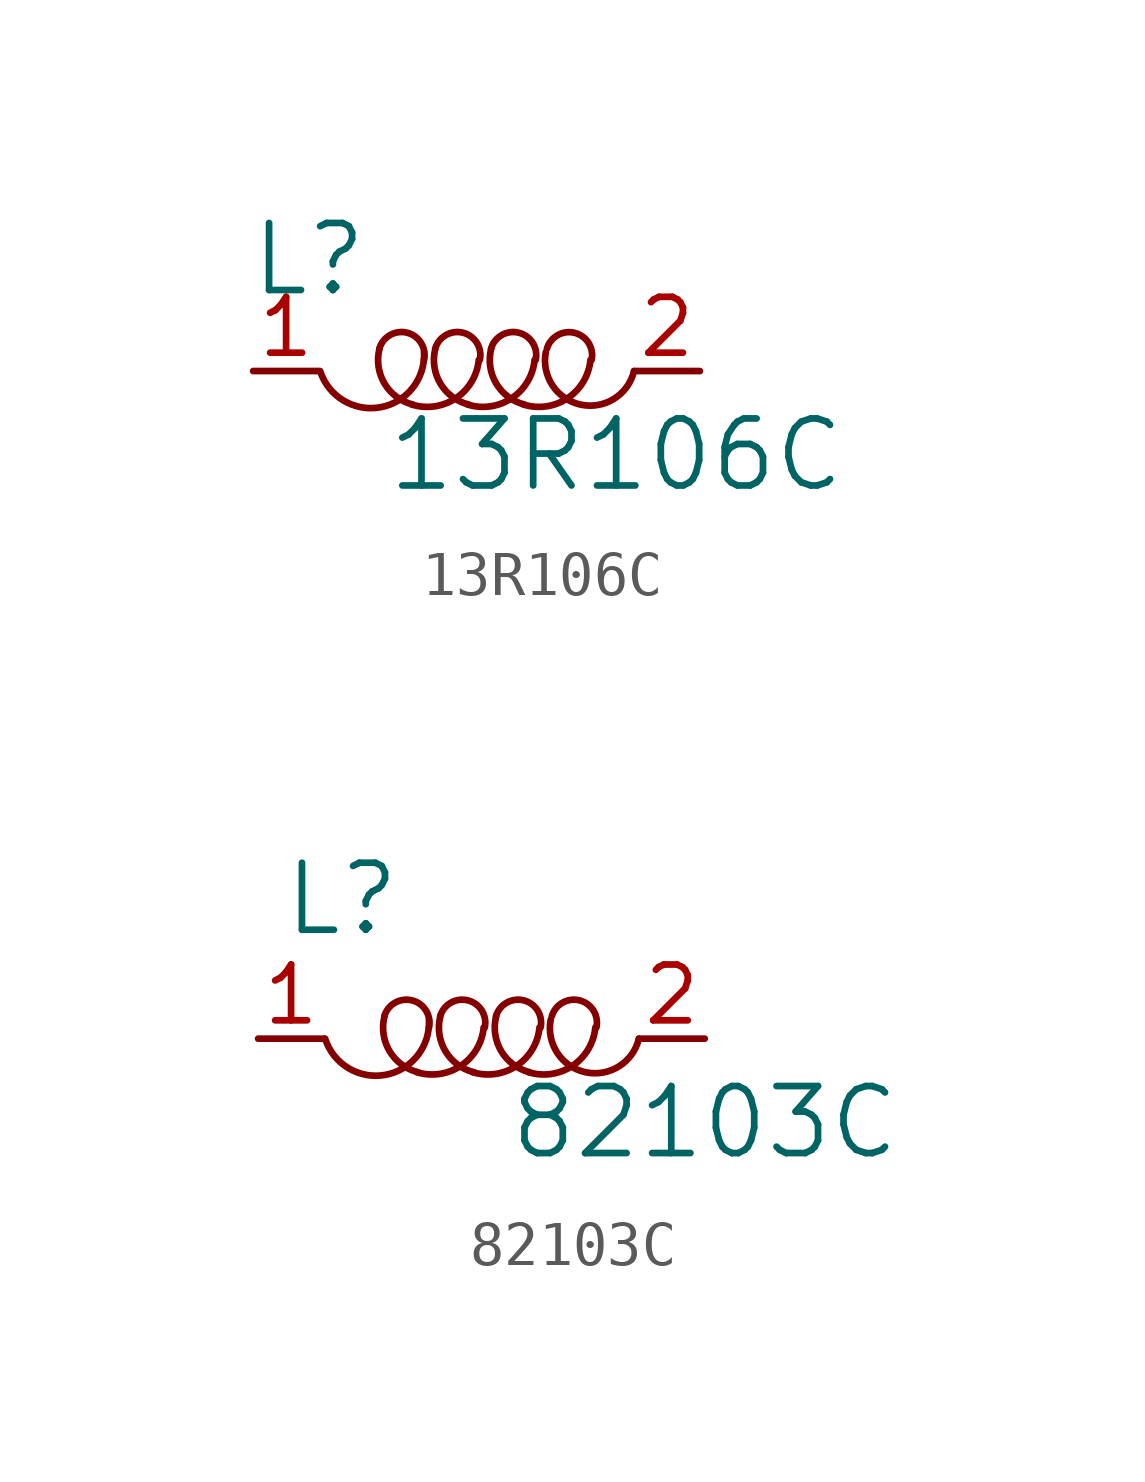
<source format=kicad_sym>
(kicad_symbol_lib
  (version 20201005)
  (generator kicad_symbol_editor)
  (symbol "13R106C"
    (pin_names
      (offset 1.016))
    (property "Reference" "L"
      (at -3.81 2.54 0)
      (effects (font (size 1.524 1.524))))
    (property "Value" "13R106C"
      (at 3.175 -1.905 0)
      (effects (font (size 1.524 1.524))))
    (symbol "13R106C_0_1"
      (arc (start -3.556 0) (end -1.1938 0.4318) (radius (at -2.3876 0.3556) (length 1.2192) (angles -163.1 3.7)) (stroke (width 0)) (fill (type none)))
      (arc (start -1.1938 0.254) (end -2.2098 0.508) (radius (at -1.7018 0.3556) (length 0.508) (angles -11.3 163.3)) (stroke (width 0)) (fill (type none)))
      (arc (start -2.2098 0.508) (end -1.4478 -0.762) (radius (at -1.1938 0.254) (length 1.0414) (angles 166 -104)) (stroke (width 0)) (fill (type none)))
      (arc (start -1.4732 -0.762) (end 0.0508 0.254) (radius (at -1.0668 0.3302) (length 1.1684) (angles -110.4 -3.9)) (stroke (width 0)) (fill (type none)))
      (arc (start 0.0762 0.254) (end -0.9398 0.508) (radius (at -0.4318 0.3556) (length 0.508) (angles -11.3 163.3)) (stroke (width 0)) (fill (type none)))
      (arc (start -0.9398 0.508) (end -0.1778 -0.762) (radius (at 0.0762 0.254) (length 1.0414) (angles 166 -104)) (stroke (width 0)) (fill (type none)))
      (arc (start -0.2032 -0.762) (end 1.3208 0.254) (radius (at 0.2032 0.3302) (length 1.1684) (angles -110.4 -3.9)) (stroke (width 0)) (fill (type none)))
      (arc (start 1.3462 0.254) (end 0.3302 0.508) (radius (at 0.8382 0.3556) (length 0.508) (angles -11.3 163.3)) (stroke (width 0)) (fill (type none)))
      (arc (start 0.3302 0.508) (end 1.0922 -0.762) (radius (at 1.3462 0.254) (length 1.0414) (angles 166 -104)) (stroke (width 0)) (fill (type none)))
      (arc (start 1.0668 -0.762) (end 2.5908 0.254) (radius (at 1.4732 0.3302) (length 1.1684) (angles -110.4 -3.9)) (stroke (width 0)) (fill (type none)))
      (arc (start 2.6162 0.254) (end 1.6002 0.508) (radius (at 2.1082 0.3556) (length 0.508) (angles -11.3 163.3)) (stroke (width 0)) (fill (type none)))
      (arc (start 3.5814 0) (end 1.5748 0.4318) (radius (at 2.5908 0.2286) (length 1.016) (angles -13 168.7)) (stroke (width 0)) (fill (type none))))
    (symbol "13R106C_1_1"
      (pin passive line (at -5.08 0 0) (length 1.499) (name "~" (effects (font (size 1.27 1.27)))) (number "1" (effects (font (size 1.27 1.27)))))
      (pin passive line (at 5.08 0 180) (length 1.499) (name "~" (effects (font (size 1.27 1.27)))) (number "2" (effects (font (size 1.27 1.27)))))))
  (symbol "82103C"
    (pin_names
      (offset 1.016))
    (property "Reference" "L"
      (at -3.175 3.175 0)
      (effects (font (size 1.524 1.524))))
    (property "Value" "82103C"
      (at 5.08 -1.905 0)
      (effects (font (size 1.524 1.524))))
    (symbol "82103C_0_1"
      (arc (start -3.556 0) (end -1.1938 0.4318) (radius (at -2.3876 0.3556) (length 1.2192) (angles -163.1 3.7)) (stroke (width 0)) (fill (type none)))
      (arc (start -1.1938 0.254) (end -2.2098 0.508) (radius (at -1.7018 0.3556) (length 0.508) (angles -11.3 163.3)) (stroke (width 0)) (fill (type none)))
      (arc (start -2.2098 0.508) (end -1.4478 -0.762) (radius (at -1.1938 0.254) (length 1.0414) (angles 166 -104)) (stroke (width 0)) (fill (type none)))
      (arc (start -1.4732 -0.762) (end 0.0508 0.254) (radius (at -1.0668 0.3302) (length 1.1684) (angles -110.4 -3.9)) (stroke (width 0)) (fill (type none)))
      (arc (start 0.0762 0.254) (end -0.9398 0.508) (radius (at -0.4318 0.3556) (length 0.508) (angles -11.3 163.3)) (stroke (width 0)) (fill (type none)))
      (arc (start -0.9398 0.508) (end -0.1778 -0.762) (radius (at 0.0762 0.254) (length 1.0414) (angles 166 -104)) (stroke (width 0)) (fill (type none)))
      (arc (start -0.2032 -0.762) (end 1.3208 0.254) (radius (at 0.2032 0.3302) (length 1.1684) (angles -110.4 -3.9)) (stroke (width 0)) (fill (type none)))
      (arc (start 1.3462 0.254) (end 0.3302 0.508) (radius (at 0.8382 0.3556) (length 0.508) (angles -11.3 163.3)) (stroke (width 0)) (fill (type none)))
      (arc (start 0.3302 0.508) (end 1.0922 -0.762) (radius (at 1.3462 0.254) (length 1.0414) (angles 166 -104)) (stroke (width 0)) (fill (type none)))
      (arc (start 1.0668 -0.762) (end 2.5908 0.254) (radius (at 1.4732 0.3302) (length 1.1684) (angles -110.4 -3.9)) (stroke (width 0)) (fill (type none)))
      (arc (start 2.6162 0.254) (end 1.6002 0.508) (radius (at 2.1082 0.3556) (length 0.508) (angles -11.3 163.3)) (stroke (width 0)) (fill (type none)))
      (arc (start 3.5814 0) (end 1.5748 0.4318) (radius (at 2.5908 0.2286) (length 1.016) (angles -13 168.7)) (stroke (width 0)) (fill (type none))))
    (symbol "82103C_1_1"
      (pin passive line (at -5.08 0 0) (length 1.499) (name "~" (effects (font (size 1.27 1.27)))) (number "1" (effects (font (size 1.27 1.27)))))
      (pin passive line (at 5.08 0 180) (length 1.499) (name "~" (effects (font (size 1.27 1.27)))) (number "2" (effects (font (size 1.27 1.27))))))))
</source>
